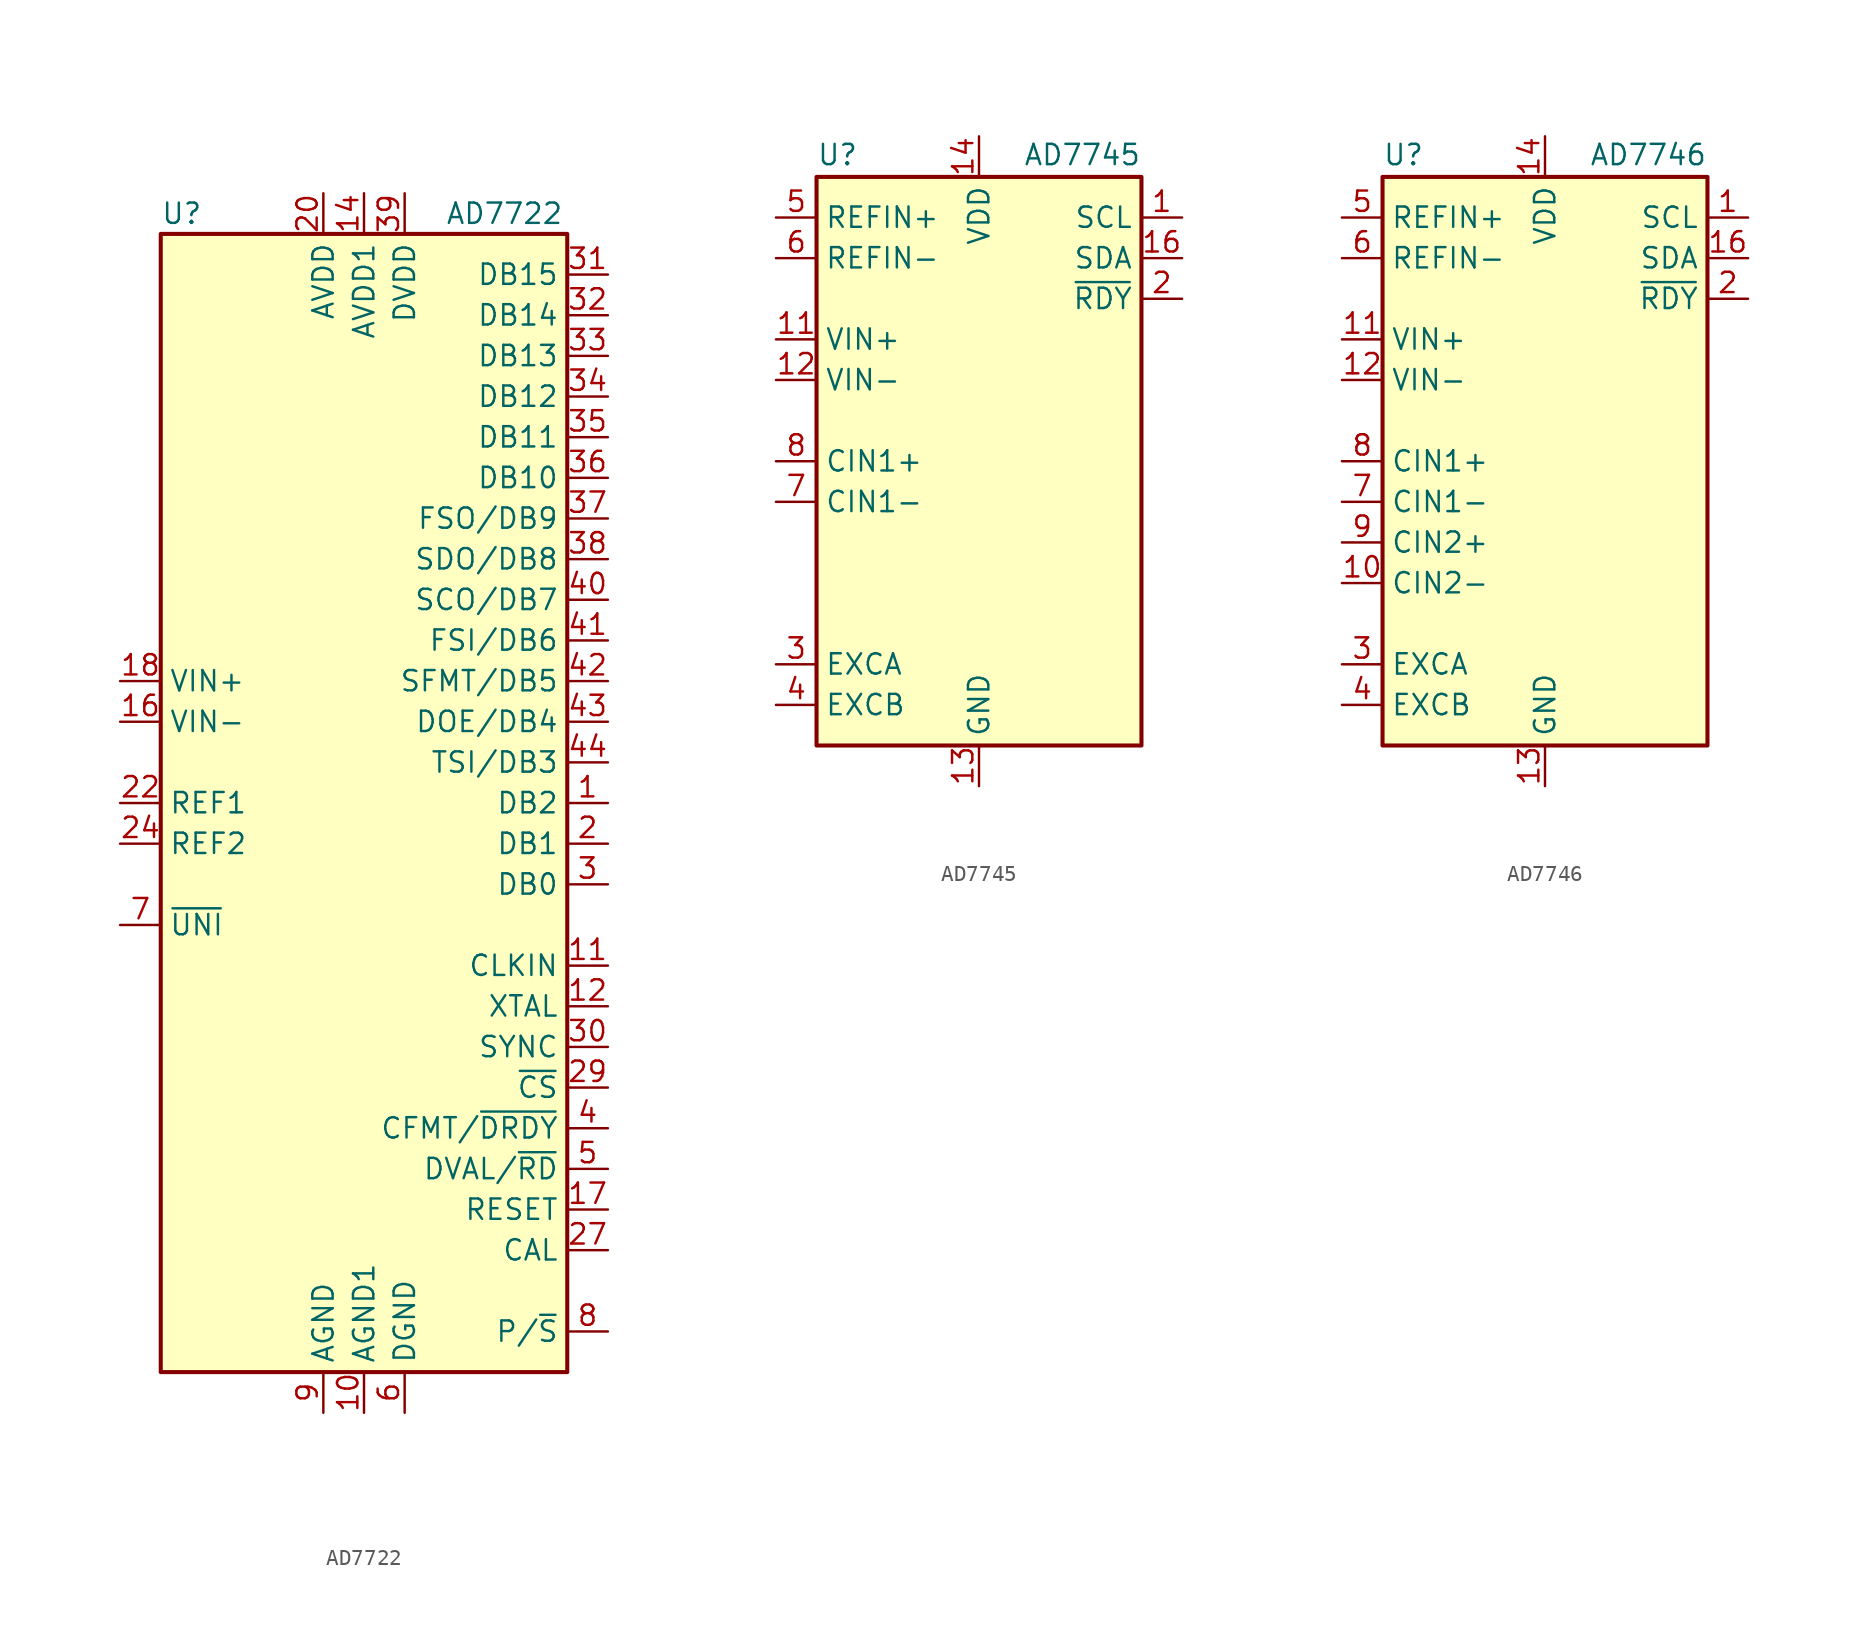
<source format=kicad_sym>
(kicad_symbol_lib
  (version 20241209)
  (generator "kicad_symbol_editor")
  (generator_version "9.0")
  (symbol "AD7722"
    (property "Reference" "U"
      (at -12.7 36.83 0)
      (effects (font (size 1.27 1.27)) (justify left)))
    (property "Value" "AD7722"
      (at 5.08 36.83 0)
      (effects (font (size 1.27 1.27)) (justify left)))
    (symbol "AD7722_0_1"
      (rectangle (start -12.7 35.56) (end 12.7 -35.56) (stroke (width 0.254) (type default)) (fill (type background))))
    (symbol "AD7722_1_1"
      (pin input line (at -15.24 7.62 0) (length 2.54) (name "VIN+" (effects (font (size 1.27 1.27)))) (number "18" (effects (font (size 1.27 1.27)))))
      (pin input line (at -15.24 5.08 0) (length 2.54) (name "VIN-" (effects (font (size 1.27 1.27)))) (number "16" (effects (font (size 1.27 1.27)))))
      (pin power_out line (at -15.24 0 0) (length 2.54) (name "REF1" (effects (font (size 1.27 1.27)))) (number "22" (effects (font (size 1.27 1.27)))))
      (pin power_out line (at -15.24 -2.54 0) (length 2.54) (name "REF2" (effects (font (size 1.27 1.27)))) (number "24" (effects (font (size 1.27 1.27)))))
      (pin input line (at -15.24 -7.62 0) (length 2.54) (name "~{UNI}" (effects (font (size 1.27 1.27)))) (number "7" (effects (font (size 1.27 1.27)))))
      (pin power_in line (at -2.54 38.1 270) (length 2.54) (name "AVDD" (effects (font (size 1.27 1.27)))) (number "20" (effects (font (size 1.27 1.27)))))
      (pin passive line (at -2.54 38.1 270) (length 2.54) (hide yes) (name "AVDD" (effects (font (size 1.27 1.27)))) (number "23" (effects (font (size 1.27 1.27)))))
      (pin passive line (at -2.54 -38.1 90) (length 2.54) (hide yes) (name "AGND" (effects (font (size 1.27 1.27)))) (number "13" (effects (font (size 1.27 1.27)))))
      (pin passive line (at -2.54 -38.1 90) (length 2.54) (hide yes) (name "AGND" (effects (font (size 1.27 1.27)))) (number "15" (effects (font (size 1.27 1.27)))))
      (pin passive line (at -2.54 -38.1 90) (length 2.54) (hide yes) (name "AGND" (effects (font (size 1.27 1.27)))) (number "19" (effects (font (size 1.27 1.27)))))
      (pin passive line (at -2.54 -38.1 90) (length 2.54) (hide yes) (name "AGND" (effects (font (size 1.27 1.27)))) (number "21" (effects (font (size 1.27 1.27)))))
      (pin passive line (at -2.54 -38.1 90) (length 2.54) (hide yes) (name "AGND" (effects (font (size 1.27 1.27)))) (number "25" (effects (font (size 1.27 1.27)))))
      (pin passive line (at -2.54 -38.1 90) (length 2.54) (hide yes) (name "AGND" (effects (font (size 1.27 1.27)))) (number "26" (effects (font (size 1.27 1.27)))))
      (pin power_in line (at -2.54 -38.1 90) (length 2.54) (name "AGND" (effects (font (size 1.27 1.27)))) (number "9" (effects (font (size 1.27 1.27)))))
      (pin power_in line (at 0 38.1 270) (length 2.54) (name "AVDD1" (effects (font (size 1.27 1.27)))) (number "14" (effects (font (size 1.27 1.27)))))
      (pin power_in line (at 0 -38.1 90) (length 2.54) (name "AGND1" (effects (font (size 1.27 1.27)))) (number "10" (effects (font (size 1.27 1.27)))))
      (pin power_in line (at 2.54 38.1 270) (length 2.54) (name "DVDD" (effects (font (size 1.27 1.27)))) (number "39" (effects (font (size 1.27 1.27)))))
      (pin passive line (at 2.54 -38.1 90) (length 2.54) (hide yes) (name "DGND" (effects (font (size 1.27 1.27)))) (number "28" (effects (font (size 1.27 1.27)))))
      (pin power_in line (at 2.54 -38.1 90) (length 2.54) (name "DGND" (effects (font (size 1.27 1.27)))) (number "6" (effects (font (size 1.27 1.27)))))
      (pin output line (at 15.24 33.02 180) (length 2.54) (name "DB15" (effects (font (size 1.27 1.27)))) (number "31" (effects (font (size 1.27 1.27)))))
      (pin output line (at 15.24 30.48 180) (length 2.54) (name "DB14" (effects (font (size 1.27 1.27)))) (number "32" (effects (font (size 1.27 1.27)))))
      (pin output line (at 15.24 27.94 180) (length 2.54) (name "DB13" (effects (font (size 1.27 1.27)))) (number "33" (effects (font (size 1.27 1.27)))))
      (pin output line (at 15.24 25.4 180) (length 2.54) (name "DB12" (effects (font (size 1.27 1.27)))) (number "34" (effects (font (size 1.27 1.27)))))
      (pin output line (at 15.24 22.86 180) (length 2.54) (name "DB11" (effects (font (size 1.27 1.27)))) (number "35" (effects (font (size 1.27 1.27)))))
      (pin output line (at 15.24 20.32 180) (length 2.54) (name "DB10" (effects (font (size 1.27 1.27)))) (number "36" (effects (font (size 1.27 1.27)))))
      (pin output line (at 15.24 17.78 180) (length 2.54) (name "FSO/DB9" (effects (font (size 1.27 1.27)))) (number "37" (effects (font (size 1.27 1.27)))))
      (pin output line (at 15.24 15.24 180) (length 2.54) (name "SDO/DB8" (effects (font (size 1.27 1.27)))) (number "38" (effects (font (size 1.27 1.27)))))
      (pin input line (at 15.24 12.7 180) (length 2.54) (name "SCO/DB7" (effects (font (size 1.27 1.27)))) (number "40" (effects (font (size 1.27 1.27)))))
      (pin input line (at 15.24 10.16 180) (length 2.54) (name "FSI/DB6" (effects (font (size 1.27 1.27)))) (number "41" (effects (font (size 1.27 1.27)))))
      (pin input line (at 15.24 7.62 180) (length 2.54) (name "SFMT/DB5" (effects (font (size 1.27 1.27)))) (number "42" (effects (font (size 1.27 1.27)))))
      (pin input line (at 15.24 5.08 180) (length 2.54) (name "DOE/DB4" (effects (font (size 1.27 1.27)))) (number "43" (effects (font (size 1.27 1.27)))))
      (pin input line (at 15.24 2.54 180) (length 2.54) (name "TSI/DB3" (effects (font (size 1.27 1.27)))) (number "44" (effects (font (size 1.27 1.27)))))
      (pin input line (at 15.24 0 180) (length 2.54) (name "DB2" (effects (font (size 1.27 1.27)))) (number "1" (effects (font (size 1.27 1.27)))))
      (pin input line (at 15.24 -2.54 180) (length 2.54) (name "DB1" (effects (font (size 1.27 1.27)))) (number "2" (effects (font (size 1.27 1.27)))))
      (pin input line (at 15.24 -5.08 180) (length 2.54) (name "DB0" (effects (font (size 1.27 1.27)))) (number "3" (effects (font (size 1.27 1.27)))))
      (pin input line (at 15.24 -10.16 180) (length 2.54) (name "CLKIN" (effects (font (size 1.27 1.27)))) (number "11" (effects (font (size 1.27 1.27)))))
      (pin output line (at 15.24 -12.7 180) (length 2.54) (name "XTAL" (effects (font (size 1.27 1.27)))) (number "12" (effects (font (size 1.27 1.27)))))
      (pin input line (at 15.24 -15.24 180) (length 2.54) (name "SYNC" (effects (font (size 1.27 1.27)))) (number "30" (effects (font (size 1.27 1.27)))))
      (pin input line (at 15.24 -17.78 180) (length 2.54) (name "~{CS}" (effects (font (size 1.27 1.27)))) (number "29" (effects (font (size 1.27 1.27)))))
      (pin input line (at 15.24 -20.32 180) (length 2.54) (name "CFMT/~{DRDY}" (effects (font (size 1.27 1.27)))) (number "4" (effects (font (size 1.27 1.27)))))
      (pin input line (at 15.24 -22.86 180) (length 2.54) (name "DVAL/~{RD}" (effects (font (size 1.27 1.27)))) (number "5" (effects (font (size 1.27 1.27)))))
      (pin input line (at 15.24 -25.4 180) (length 2.54) (name "RESET" (effects (font (size 1.27 1.27)))) (number "17" (effects (font (size 1.27 1.27)))))
      (pin input line (at 15.24 -27.94 180) (length 2.54) (name "CAL" (effects (font (size 1.27 1.27)))) (number "27" (effects (font (size 1.27 1.27)))))
      (pin input line (at 15.24 -33.02 180) (length 2.54) (name "P/~{S}" (effects (font (size 1.27 1.27)))) (number "8" (effects (font (size 1.27 1.27)))))))
  (symbol "AD7745"
    (property "Reference" "U"
      (at -10.16 18.415 0)
      (effects (font (size 1.27 1.27)) (justify left bottom)))
    (property "Value" "AD7745"
      (at 10.16 18.415 0)
      (effects (font (size 1.27 1.27)) (justify right bottom)))
    (symbol "AD7745_0_1"
      (rectangle (start -10.16 17.78) (end 10.16 -17.78) (stroke (width 0.254) (type default)) (fill (type background))))
    (symbol "AD7745_1_1"
      (pin input line (at -12.7 15.24 0) (length 2.54) (name "REFIN+" (effects (font (size 1.27 1.27)))) (number "5" (effects (font (size 1.27 1.27)))))
      (pin input line (at -12.7 12.7 0) (length 2.54) (name "REFIN-" (effects (font (size 1.27 1.27)))) (number "6" (effects (font (size 1.27 1.27)))))
      (pin input line (at -12.7 7.62 0) (length 2.54) (name "VIN+" (effects (font (size 1.27 1.27)))) (number "11" (effects (font (size 1.27 1.27)))))
      (pin input line (at -12.7 5.08 0) (length 2.54) (name "VIN-" (effects (font (size 1.27 1.27)))) (number "12" (effects (font (size 1.27 1.27)))))
      (pin passive line (at -12.7 0 0) (length 2.54) (name "CIN1+" (effects (font (size 1.27 1.27)))) (number "8" (effects (font (size 1.27 1.27)))))
      (pin passive line (at -12.7 -2.54 0) (length 2.54) (name "CIN1-" (effects (font (size 1.27 1.27)))) (number "7" (effects (font (size 1.27 1.27)))))
      (pin output line (at -12.7 -12.7 0) (length 2.54) (name "EXCA" (effects (font (size 1.27 1.27)))) (number "3" (effects (font (size 1.27 1.27)))))
      (pin output line (at -12.7 -15.24 0) (length 2.54) (name "EXCB" (effects (font (size 1.27 1.27)))) (number "4" (effects (font (size 1.27 1.27)))))
      (pin no_connect line (at -10.16 -5.08 0) (length 2.54) (hide yes) (name "NC" (effects (font (size 1.27 1.27)))) (number "9" (effects (font (size 1.27 1.27)))))
      (pin no_connect line (at -10.16 -7.62 0) (length 2.54) (hide yes) (name "NC" (effects (font (size 1.27 1.27)))) (number "10" (effects (font (size 1.27 1.27)))))
      (pin power_in line (at 0 20.32 270) (length 2.54) (name "VDD" (effects (font (size 1.27 1.27)))) (number "14" (effects (font (size 1.27 1.27)))))
      (pin power_in line (at 0 -20.32 90) (length 2.54) (name "GND" (effects (font (size 1.27 1.27)))) (number "13" (effects (font (size 1.27 1.27)))))
      (pin no_connect line (at 10.16 -15.24 180) (length 2.54) (hide yes) (name "NC" (effects (font (size 1.27 1.27)))) (number "15" (effects (font (size 1.27 1.27)))))
      (pin input line (at 12.7 15.24 180) (length 2.54) (name "SCL" (effects (font (size 1.27 1.27)))) (number "1" (effects (font (size 1.27 1.27)))))
      (pin bidirectional line (at 12.7 12.7 180) (length 2.54) (name "SDA" (effects (font (size 1.27 1.27)))) (number "16" (effects (font (size 1.27 1.27)))))
      (pin output line (at 12.7 10.16 180) (length 2.54) (name "~{RDY}" (effects (font (size 1.27 1.27)))) (number "2" (effects (font (size 1.27 1.27)))))))
  (symbol "AD7746"
    (property "Reference" "U"
      (at -10.16 18.415 0)
      (effects (font (size 1.27 1.27)) (justify left bottom)))
    (property "Value" "AD7746"
      (at 10.16 18.415 0)
      (effects (font (size 1.27 1.27)) (justify right bottom)))
    (symbol "AD7746_0_1"
      (rectangle (start -10.16 -17.78) (end 10.16 17.78) (stroke (width 0.254) (type default)) (fill (type background))))
    (symbol "AD7746_1_1"
      (pin input line (at -12.7 15.24 0) (length 2.54) (name "REFIN+" (effects (font (size 1.27 1.27)))) (number "5" (effects (font (size 1.27 1.27)))))
      (pin input line (at -12.7 12.7 0) (length 2.54) (name "REFIN-" (effects (font (size 1.27 1.27)))) (number "6" (effects (font (size 1.27 1.27)))))
      (pin input line (at -12.7 7.62 0) (length 2.54) (name "VIN+" (effects (font (size 1.27 1.27)))) (number "11" (effects (font (size 1.27 1.27)))))
      (pin input line (at -12.7 5.08 0) (length 2.54) (name "VIN-" (effects (font (size 1.27 1.27)))) (number "12" (effects (font (size 1.27 1.27)))))
      (pin passive line (at -12.7 0 0) (length 2.54) (name "CIN1+" (effects (font (size 1.27 1.27)))) (number "8" (effects (font (size 1.27 1.27)))))
      (pin passive line (at -12.7 -2.54 0) (length 2.54) (name "CIN1-" (effects (font (size 1.27 1.27)))) (number "7" (effects (font (size 1.27 1.27)))))
      (pin passive line (at -12.7 -5.08 0) (length 2.54) (name "CIN2+" (effects (font (size 1.27 1.27)))) (number "9" (effects (font (size 1.27 1.27)))))
      (pin passive line (at -12.7 -7.62 0) (length 2.54) (name "CIN2-" (effects (font (size 1.27 1.27)))) (number "10" (effects (font (size 1.27 1.27)))))
      (pin output line (at -12.7 -12.7 0) (length 2.54) (name "EXCA" (effects (font (size 1.27 1.27)))) (number "3" (effects (font (size 1.27 1.27)))))
      (pin output line (at -12.7 -15.24 0) (length 2.54) (name "EXCB" (effects (font (size 1.27 1.27)))) (number "4" (effects (font (size 1.27 1.27)))))
      (pin power_in line (at 0 20.32 270) (length 2.54) (name "VDD" (effects (font (size 1.27 1.27)))) (number "14" (effects (font (size 1.27 1.27)))))
      (pin power_in line (at 0 -20.32 90) (length 2.54) (name "GND" (effects (font (size 1.27 1.27)))) (number "13" (effects (font (size 1.27 1.27)))))
      (pin no_connect line (at 10.16 -15.24 180) (length 2.54) (hide yes) (name "NC" (effects (font (size 1.27 1.27)))) (number "15" (effects (font (size 1.27 1.27)))))
      (pin input line (at 12.7 15.24 180) (length 2.54) (name "SCL" (effects (font (size 1.27 1.27)))) (number "1" (effects (font (size 1.27 1.27)))))
      (pin bidirectional line (at 12.7 12.7 180) (length 2.54) (name "SDA" (effects (font (size 1.27 1.27)))) (number "16" (effects (font (size 1.27 1.27)))))
      (pin output line (at 12.7 10.16 180) (length 2.54) (name "~{RDY}" (effects (font (size 1.27 1.27)))) (number "2" (effects (font (size 1.27 1.27))))))))
</source>
